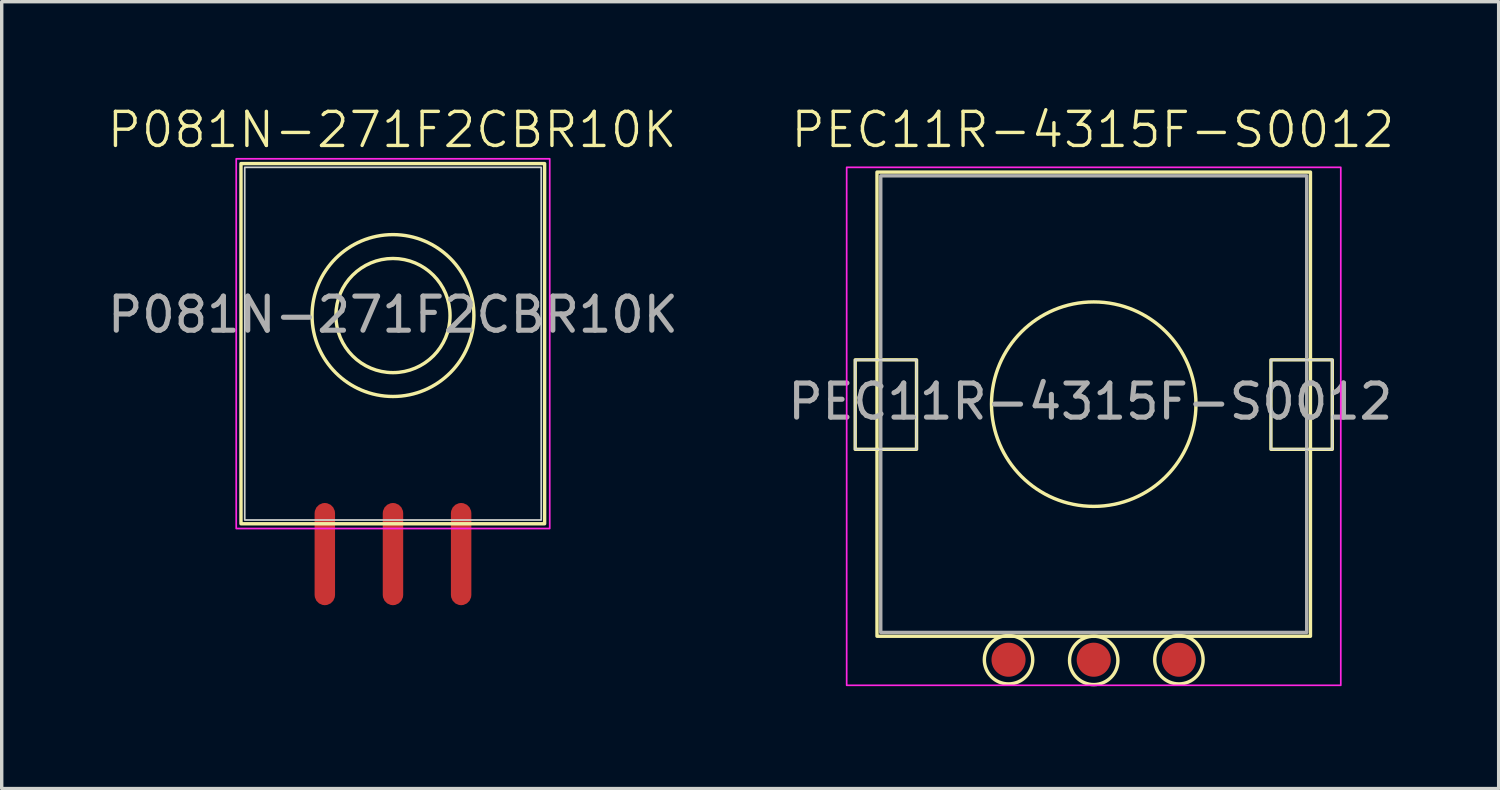
<source format=kicad_pcb>
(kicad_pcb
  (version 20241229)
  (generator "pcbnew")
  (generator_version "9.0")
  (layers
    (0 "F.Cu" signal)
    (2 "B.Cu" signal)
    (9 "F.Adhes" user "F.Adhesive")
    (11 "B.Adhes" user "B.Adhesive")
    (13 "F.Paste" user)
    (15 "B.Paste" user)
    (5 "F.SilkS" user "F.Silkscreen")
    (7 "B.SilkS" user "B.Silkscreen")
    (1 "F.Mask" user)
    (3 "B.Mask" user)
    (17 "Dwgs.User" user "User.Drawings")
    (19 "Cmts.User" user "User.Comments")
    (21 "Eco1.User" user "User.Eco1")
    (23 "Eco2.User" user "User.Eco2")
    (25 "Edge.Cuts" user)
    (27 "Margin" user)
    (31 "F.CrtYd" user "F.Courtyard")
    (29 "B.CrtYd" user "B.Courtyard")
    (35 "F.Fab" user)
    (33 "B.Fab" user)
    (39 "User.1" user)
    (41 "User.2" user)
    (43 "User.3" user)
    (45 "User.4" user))
  (footprint "PEC11R-4315F-S0012"
    (layer "F.Cu")
    (at 29.046 8.81)
    (property "Reference" "PEC11R-4315F-S0012" (at -0.025 -8.05 0) (unlocked yes) (layer "F.SilkS") (effects (font (size 1 1) (thickness 0.1))))
    (attr smd)
    (fp_rect (start -7 -1.3) (end -5.2 1.325) (stroke (width 0.1) (type default)) (fill no) (layer "F.SilkS"))
    (fp_rect (start -6.36 -6.81) (end 6.36 6.81) (stroke (width 0.1) (type default)) (fill no) (layer "F.SilkS"))
    (fp_rect (start 5.2 -1.3) (end 7 1.325) (stroke (width 0.1) (type default)) (fill no) (layer "F.SilkS"))
    (fp_circle (center -2.5 7.5) (end -1.79 7.5) (stroke (width 0.1) (type default)) (fill no) (layer "F.SilkS"))
    (fp_circle (center 0 0) (end 3 0) (stroke (width 0.1) (type default)) (fill no) (layer "F.SilkS"))
    (fp_circle (center 0 7.52) (end 0.71 7.52) (stroke (width 0.1) (type default)) (fill no) (layer "F.SilkS"))
    (fp_circle (center 2.5 7.5) (end 3.21 7.5) (stroke (width 0.1) (type default)) (fill no) (layer "F.SilkS"))
    (fp_rect (start -7 -1.3) (end -5.2 1.325) (stroke (width 0.05) (type default)) (fill no) (layer "Edge.Cuts"))
    (fp_rect (start 5.2 -1.3) (end 7 1.325) (stroke (width 0.05) (type default)) (fill no) (layer "Edge.Cuts"))
    (fp_rect (start -7.25 -6.95) (end 7.25 8.25) (stroke (width 0.05) (type default)) (fill no) (layer "F.CrtYd"))
    (fp_rect (start -6.25 -6.7) (end 6.25 6.7) (stroke (width 0.1) (type default)) (fill no) (layer "F.Fab"))
    (fp_text user "${REFERENCE}" (at -0.1 -0.075 0) (unlocked yes) (layer "F.Fab") (effects (font (size 1 1) (thickness 0.15))))
    (pad "1" smd circle (at -2.5 7.5) (size 1 1) (layers "F.Cu" "F.Mask" "F.Paste"))
    (pad "2" smd circle (at 0 7.5) (size 1 1) (layers "F.Cu" "F.Mask" "F.Paste"))
    (pad "3" smd circle (at 2.5 7.5) (size 1 1) (layers "F.Cu" "F.Mask" "F.Paste")))
  (footprint "P081N-271F2CBR10K"
    (layer "F.Cu")
    (at 8.482 6.21)
    (property "Reference" "P081N-271F2CBR10K" (at -0.025 -5.45 0) (unlocked yes) (layer "F.SilkS") (effects (font (size 1 1) (thickness 0.1))))
    (attr smd)
    (fp_rect (start -4.46 -4.46) (end 4.45 6.11) (stroke (width 0.1) (type default)) (fill no) (layer "F.SilkS"))
    (fp_circle (center 0 0) (end 1.675 0) (stroke (width 0.1) (type default)) (fill no) (layer "F.SilkS"))
    (fp_circle (center 0 0) (end 2.375 0) (stroke (width 0.1) (type default)) (fill no) (layer "F.SilkS"))
    (fp_rect (start -4.35 -4.35) (end 4.35 6) (stroke (width 0.05) (type default)) (fill no) (layer "Edge.Cuts"))
    (fp_rect (start -4.6 -4.6) (end 4.6 6.25) (stroke (width 0.05) (type default)) (fill no) (layer "F.CrtYd"))
    (fp_text user "${REFERENCE}" (at 0 -0.025 0) (unlocked yes) (layer "F.Fab") (effects (font (size 1 1) (thickness 0.15))))
    (pad "1" smd roundrect (at -2 7) (size 0.6 3) (layers "F.Cu" "F.Mask" "F.Paste") (roundrect_rratio 0.5))
    (pad "2" smd roundrect (at 0 7) (size 0.6 3) (layers "F.Cu" "F.Mask" "F.Paste") (roundrect_rratio 0.5))
    (pad "3" smd roundrect (at 2 7) (size 0.6 3) (layers "F.Cu" "F.Mask" "F.Paste") (roundrect_rratio 0.5)))
  (gr_rect
    (start -3 -3)
    (end 40.929 20.09)
    (stroke (width 0.1) (type default))
    (fill no)
    (layer "Edge.Cuts")))
</source>
